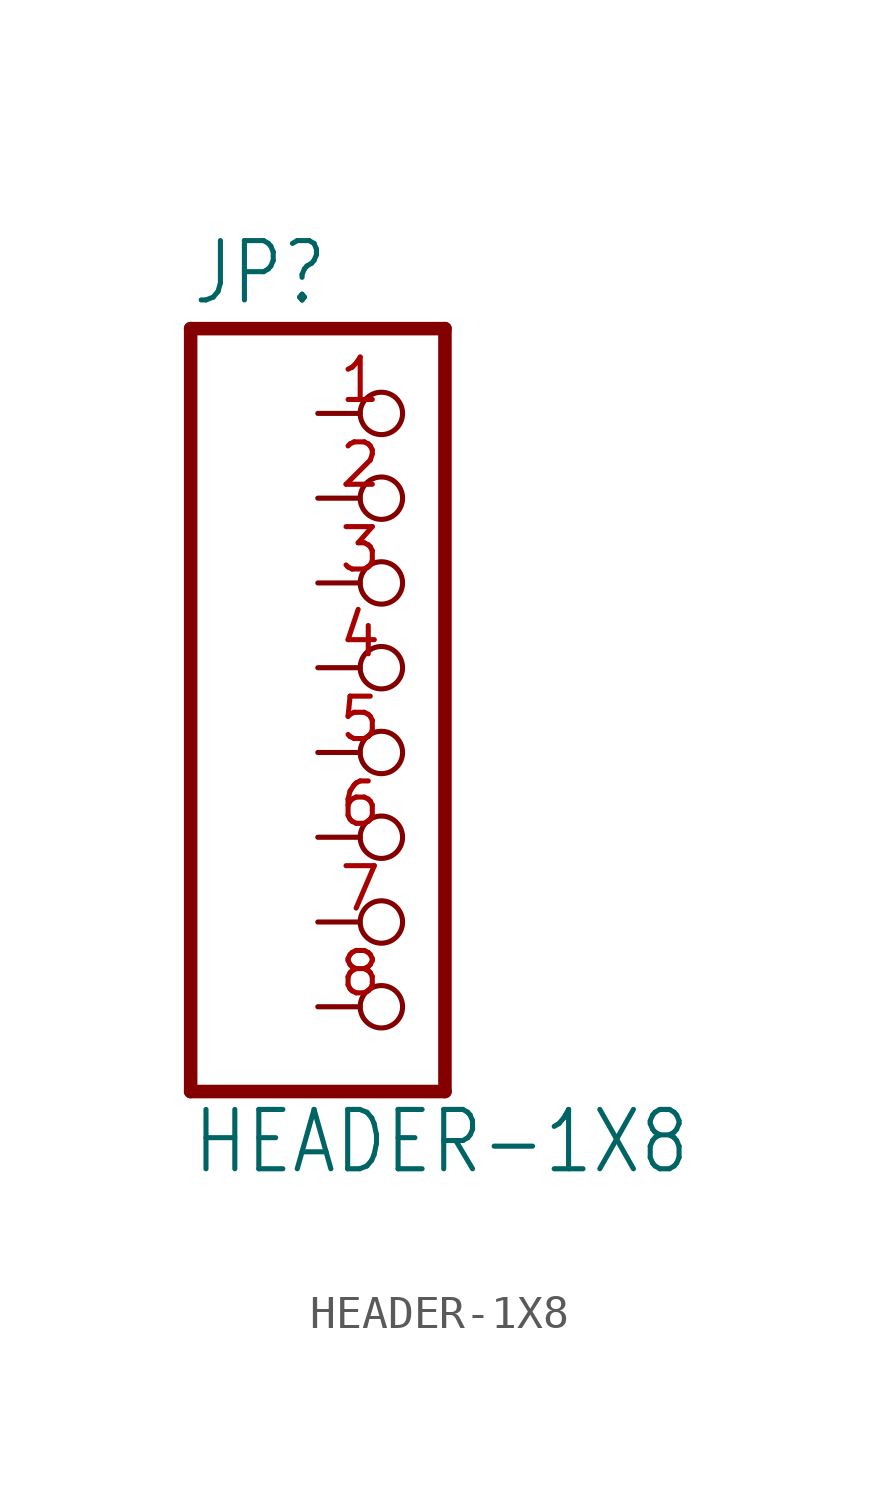
<source format=kicad_sym>
(kicad_symbol_lib
  (version 20211014)
  (generator kicad_symbol_editor)
  (symbol "HEADER-1X8"
    (property "Reference" "JP"
      (at -6.35 13.335 0)
      (effects (font (size 1.778 1.511)) (justify left bottom)))
    (property "Value" "HEADER-1X8"
      (at -6.35 -12.7 0)
      (effects (font (size 1.778 1.511)) (justify left bottom)))
    (property "ki_locked" ""
      (at 0 0 0)
      (effects (font (size 1.27 1.27))))
    (symbol "HEADER-1X8_1_0"
      (polyline (pts (xy -6.35 -10.16) (xy 1.27 -10.16)) (stroke (width 0.406) (type default) (color 0 0 0 0)) (fill (type none)))
      (polyline (pts (xy -6.35 12.7) (xy -6.35 -10.16)) (stroke (width 0.406) (type default) (color 0 0 0 0)) (fill (type none)))
      (polyline (pts (xy 1.27 -10.16) (xy 1.27 12.7)) (stroke (width 0.406) (type default) (color 0 0 0 0)) (fill (type none)))
      (polyline (pts (xy 1.27 12.7) (xy -6.35 12.7)) (stroke (width 0.406) (type default) (color 0 0 0 0)) (fill (type none)))
      (pin passive inverted (at -2.54 10.16 0) (length 2.54) (name "1" (effects (font (size 0 0)))) (number "1" (effects (font (size 1.27 1.27)))))
      (pin passive inverted (at -2.54 7.62 0) (length 2.54) (name "2" (effects (font (size 0 0)))) (number "2" (effects (font (size 1.27 1.27)))))
      (pin passive inverted (at -2.54 5.08 0) (length 2.54) (name "3" (effects (font (size 0 0)))) (number "3" (effects (font (size 1.27 1.27)))))
      (pin passive inverted (at -2.54 2.54 0) (length 2.54) (name "4" (effects (font (size 0 0)))) (number "4" (effects (font (size 1.27 1.27)))))
      (pin passive inverted (at -2.54 0 0) (length 2.54) (name "5" (effects (font (size 0 0)))) (number "5" (effects (font (size 1.27 1.27)))))
      (pin passive inverted (at -2.54 -2.54 0) (length 2.54) (name "6" (effects (font (size 0 0)))) (number "6" (effects (font (size 1.27 1.27)))))
      (pin passive inverted (at -2.54 -5.08 0) (length 2.54) (name "7" (effects (font (size 0 0)))) (number "7" (effects (font (size 1.27 1.27)))))
      (pin passive inverted (at -2.54 -7.62 0) (length 2.54) (name "8" (effects (font (size 0 0)))) (number "8" (effects (font (size 1.27 1.27))))))))
</source>
